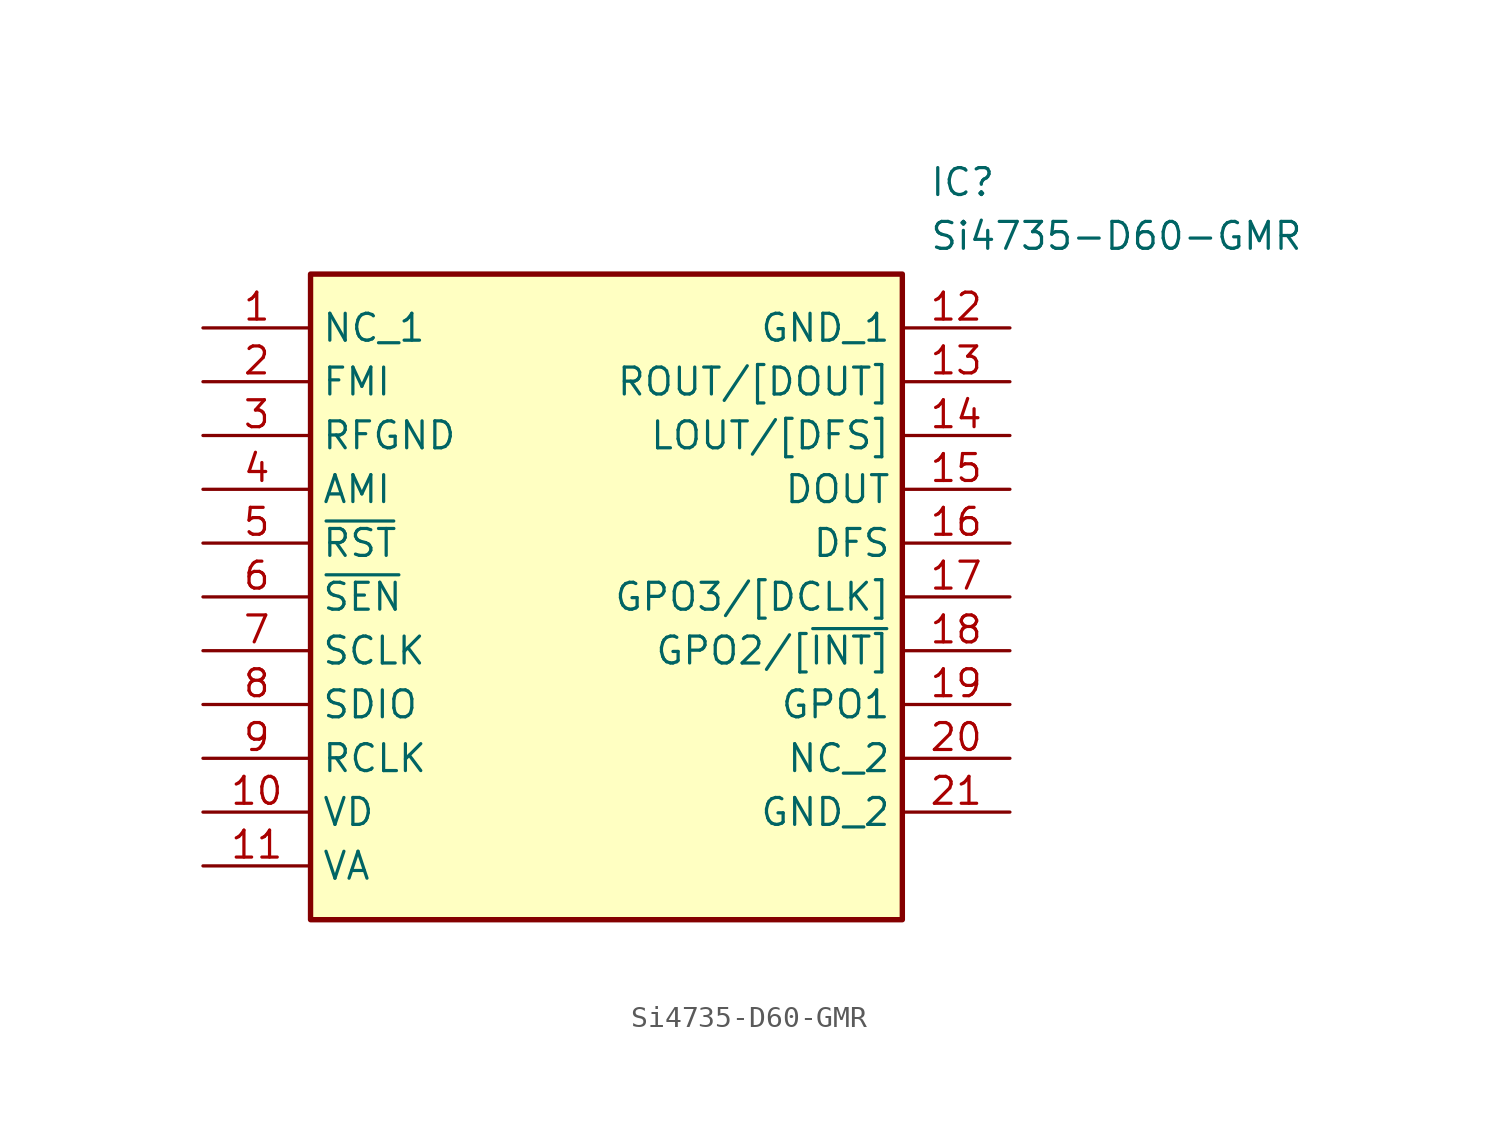
<source format=kicad_sym>
(kicad_symbol_lib
  (version 20241209)
  (generator "kicad_symbol_editor")
  (generator_version "9.0")
  (symbol "Si4735-D60-GMR"
    (property "Reference" "IC"
      (at 34.29 7.62 0)
      (effects (font (size 1.27 1.27)) (justify left top)))
    (property "Value" "Si4735-D60-GMR"
      (at 34.29 5.08 0)
      (effects (font (size 1.27 1.27)) (justify left top)))
    (symbol "Si4735-D60-GMR_1_1"
      (rectangle (start 5.08 2.54) (end 33.02 -27.94) (stroke (width 0.254) (type default)) (fill (type background)))
      (pin passive line (at 0 0 0) (length 5.08) (name "NC_1" (effects (font (size 1.27 1.27)))) (number "1" (effects (font (size 1.27 1.27)))))
      (pin passive line (at 0 -2.54 0) (length 5.08) (name "FMI" (effects (font (size 1.27 1.27)))) (number "2" (effects (font (size 1.27 1.27)))))
      (pin passive line (at 0 -5.08 0) (length 5.08) (name "RFGND" (effects (font (size 1.27 1.27)))) (number "3" (effects (font (size 1.27 1.27)))))
      (pin passive line (at 0 -7.62 0) (length 5.08) (name "AMI" (effects (font (size 1.27 1.27)))) (number "4" (effects (font (size 1.27 1.27)))))
      (pin passive line (at 0 -10.16 0) (length 5.08) (name "~{RST}" (effects (font (size 1.27 1.27)))) (number "5" (effects (font (size 1.27 1.27)))))
      (pin passive line (at 0 -12.7 0) (length 5.08) (name "~{SEN}" (effects (font (size 1.27 1.27)))) (number "6" (effects (font (size 1.27 1.27)))))
      (pin passive line (at 0 -15.24 0) (length 5.08) (name "SCLK" (effects (font (size 1.27 1.27)))) (number "7" (effects (font (size 1.27 1.27)))))
      (pin passive line (at 0 -17.78 0) (length 5.08) (name "SDIO" (effects (font (size 1.27 1.27)))) (number "8" (effects (font (size 1.27 1.27)))))
      (pin passive line (at 0 -20.32 0) (length 5.08) (name "RCLK" (effects (font (size 1.27 1.27)))) (number "9" (effects (font (size 1.27 1.27)))))
      (pin passive line (at 0 -22.86 0) (length 5.08) (name "VD" (effects (font (size 1.27 1.27)))) (number "10" (effects (font (size 1.27 1.27)))))
      (pin passive line (at 0 -25.4 0) (length 5.08) (name "VA" (effects (font (size 1.27 1.27)))) (number "11" (effects (font (size 1.27 1.27)))))
      (pin passive line (at 38.1 0 180) (length 5.08) (name "GND_1" (effects (font (size 1.27 1.27)))) (number "12" (effects (font (size 1.27 1.27)))))
      (pin passive line (at 38.1 -2.54 180) (length 5.08) (name "ROUT/[DOUT]" (effects (font (size 1.27 1.27)))) (number "13" (effects (font (size 1.27 1.27)))))
      (pin passive line (at 38.1 -5.08 180) (length 5.08) (name "LOUT/[DFS]" (effects (font (size 1.27 1.27)))) (number "14" (effects (font (size 1.27 1.27)))))
      (pin passive line (at 38.1 -7.62 180) (length 5.08) (name "DOUT" (effects (font (size 1.27 1.27)))) (number "15" (effects (font (size 1.27 1.27)))))
      (pin passive line (at 38.1 -10.16 180) (length 5.08) (name "DFS" (effects (font (size 1.27 1.27)))) (number "16" (effects (font (size 1.27 1.27)))))
      (pin passive line (at 38.1 -12.7 180) (length 5.08) (name "GPO3/[DCLK]" (effects (font (size 1.27 1.27)))) (number "17" (effects (font (size 1.27 1.27)))))
      (pin passive line (at 38.1 -15.24 180) (length 5.08) (name "GPO2/[~{INT]}" (effects (font (size 1.27 1.27)))) (number "18" (effects (font (size 1.27 1.27)))))
      (pin passive line (at 38.1 -17.78 180) (length 5.08) (name "GPO1" (effects (font (size 1.27 1.27)))) (number "19" (effects (font (size 1.27 1.27)))))
      (pin passive line (at 38.1 -20.32 180) (length 5.08) (name "NC_2" (effects (font (size 1.27 1.27)))) (number "20" (effects (font (size 1.27 1.27)))))
      (pin passive line (at 38.1 -22.86 180) (length 5.08) (name "GND_2" (effects (font (size 1.27 1.27)))) (number "21" (effects (font (size 1.27 1.27))))))))
</source>
